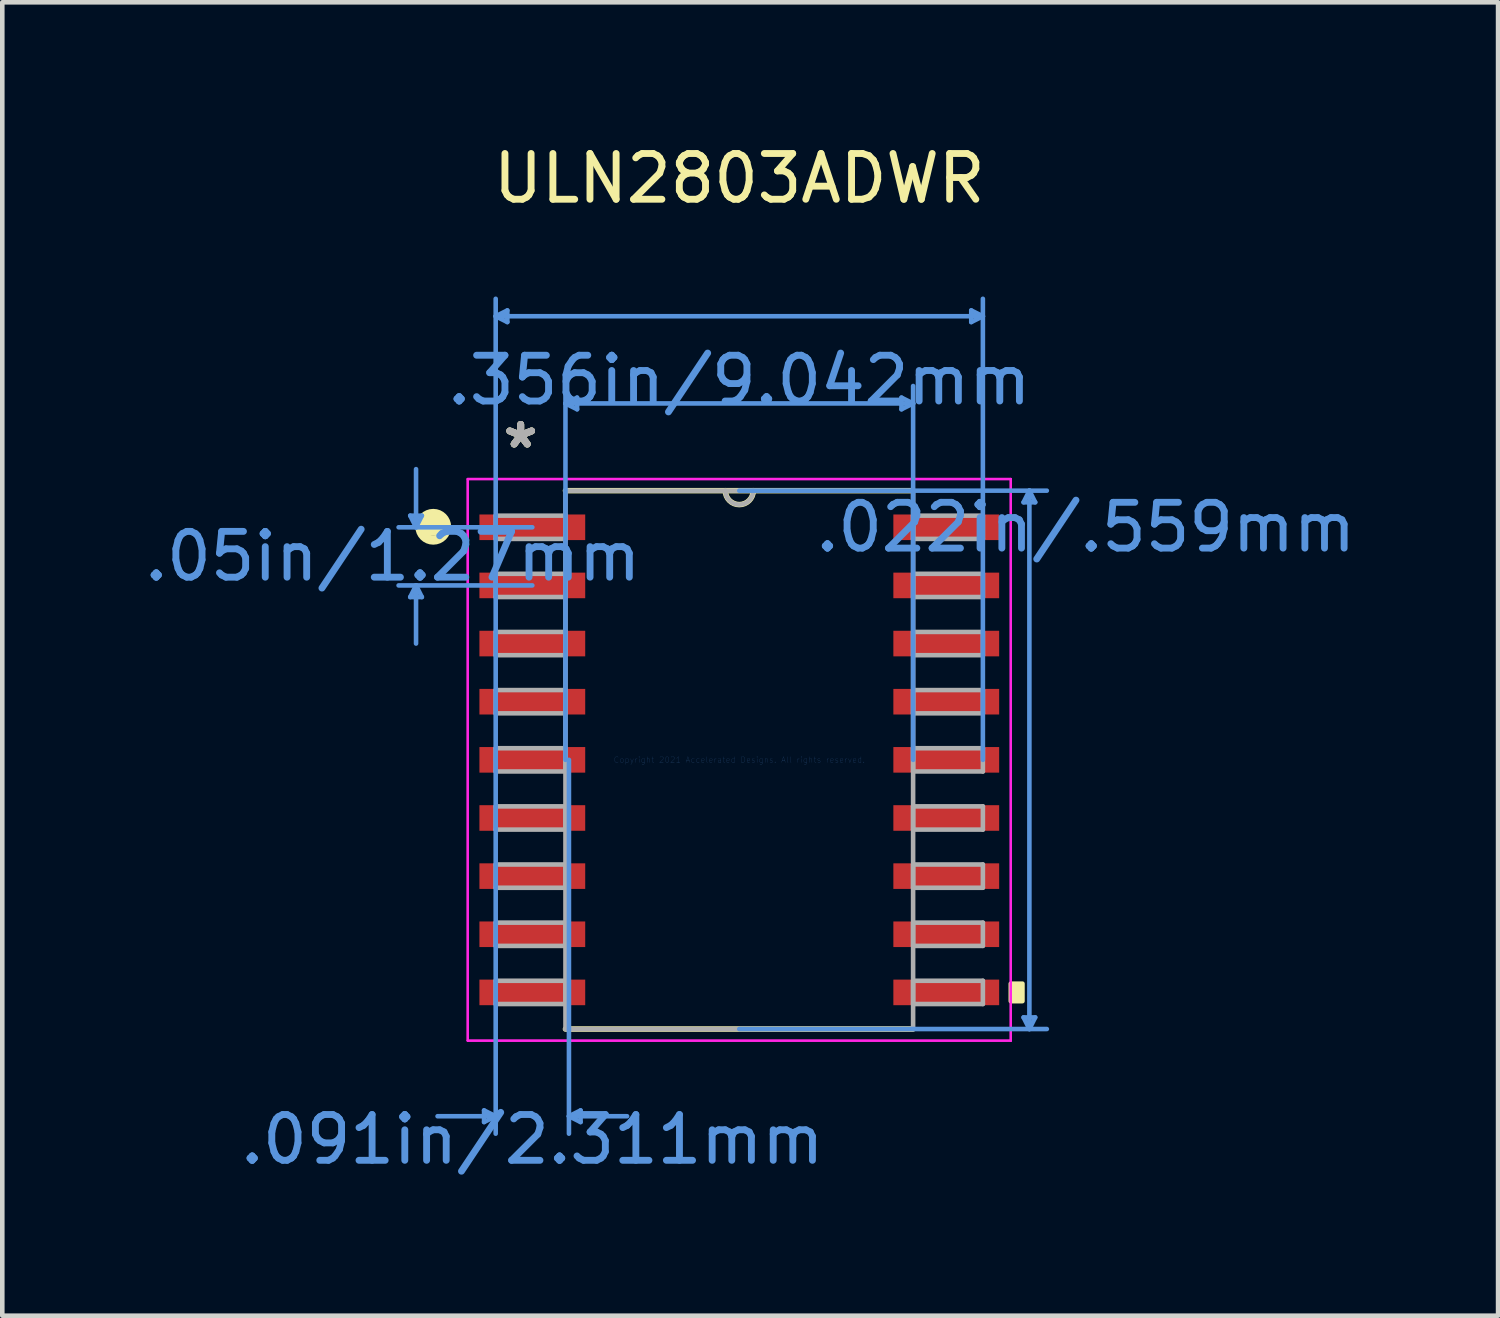
<source format=kicad_pcb>
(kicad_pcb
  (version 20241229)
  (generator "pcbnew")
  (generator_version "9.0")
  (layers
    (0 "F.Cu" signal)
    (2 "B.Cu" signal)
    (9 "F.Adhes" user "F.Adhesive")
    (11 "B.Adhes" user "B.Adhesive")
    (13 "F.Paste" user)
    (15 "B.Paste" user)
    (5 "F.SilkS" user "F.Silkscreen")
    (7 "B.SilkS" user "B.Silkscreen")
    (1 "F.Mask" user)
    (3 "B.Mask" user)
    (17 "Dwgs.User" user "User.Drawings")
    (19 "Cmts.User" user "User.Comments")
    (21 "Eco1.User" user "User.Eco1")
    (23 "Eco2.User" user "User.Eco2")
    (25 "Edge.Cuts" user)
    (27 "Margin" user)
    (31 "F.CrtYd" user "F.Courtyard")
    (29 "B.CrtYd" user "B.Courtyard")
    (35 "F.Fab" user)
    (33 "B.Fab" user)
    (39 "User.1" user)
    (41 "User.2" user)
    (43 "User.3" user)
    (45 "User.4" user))
  (footprint "ULN2803ADWR"
    (layer "F.Cu")
    (at 13.099 13.548)
    (property "Reference" "ULN2803ADWR" (at 0 -12.7 0) (layer "F.SilkS") (effects (font (size 1 1) (thickness 0.15))))
    (attr through_hole)
    (fp_line (start -3.797 5.88) (end 3.797 5.88) (stroke (width 0.12) (type solid)) (layer "F.SilkS"))
    (fp_line (start 3.797 -5.88) (end -3.797 -5.88) (stroke (width 0.12) (type solid)) (layer "F.SilkS"))
    (fp_arc (start 0.3048 -5.8801) (mid 0 -5.5753) (end -0.3048 -5.8801) (stroke (width 0.12) (type solid)) (layer "F.SilkS"))
    (fp_circle (center -6.685 -5.091) (end -6.394 -5.091) (stroke (width 0.2) (type solid)) (fill no) (layer "F.SilkS"))
    (fp_poly (pts (xy -6.947 -5.291) (xy -6.435 -5.291) (xy -6.435 -4.899) (xy -6.947 -4.899)) (stroke (width 0.01) (type solid)) (fill yes) (layer "F.SilkS"))
    (fp_poly (pts (xy 6.185 4.889) (xy 6.185 5.271) (xy 5.931 5.271) (xy 5.931 4.889)) (stroke (width 0.1) (type solid)) (fill yes) (layer "F.SilkS"))
    (fp_line (start -7.188 -5.334) (end -6.934 -5.334) (stroke (width 0.1) (type solid)) (layer "Cmts.User"))
    (fp_line (start -7.188 -3.556) (end -6.934 -3.556) (stroke (width 0.1) (type solid)) (layer "Cmts.User"))
    (fp_line (start -7.061 -5.08) (end -7.188 -5.334) (stroke (width 0.1) (type solid)) (layer "Cmts.User"))
    (fp_line (start -7.061 -5.08) (end -7.061 -6.35) (stroke (width 0.1) (type solid)) (layer "Cmts.User"))
    (fp_line (start -7.061 -5.08) (end -6.934 -5.334) (stroke (width 0.1) (type solid)) (layer "Cmts.User"))
    (fp_line (start -7.061 -3.81) (end -7.188 -3.556) (stroke (width 0.1) (type solid)) (layer "Cmts.User"))
    (fp_line (start -7.061 -3.81) (end -7.061 -2.54) (stroke (width 0.1) (type solid)) (layer "Cmts.User"))
    (fp_line (start -7.061 -3.81) (end -6.934 -3.556) (stroke (width 0.1) (type solid)) (layer "Cmts.User"))
    (fp_line (start -5.575 7.658) (end -5.575 7.912) (stroke (width 0.1) (type solid)) (layer "Cmts.User"))
    (fp_line (start -5.321 -9.69) (end -5.067 -9.817) (stroke (width 0.1) (type solid)) (layer "Cmts.User"))
    (fp_line (start -5.321 -9.69) (end -5.067 -9.563) (stroke (width 0.1) (type solid)) (layer "Cmts.User"))
    (fp_line (start -5.321 -9.69) (end 5.321 -9.69) (stroke (width 0.1) (type solid)) (layer "Cmts.User"))
    (fp_line (start -5.321 0) (end -5.321 -10.071) (stroke (width 0.1) (type solid)) (layer "Cmts.User"))
    (fp_line (start -5.321 0) (end -5.321 8.166) (stroke (width 0.1) (type solid)) (layer "Cmts.User"))
    (fp_line (start -5.321 7.785) (end -6.591 7.785) (stroke (width 0.1) (type solid)) (layer "Cmts.User"))
    (fp_line (start -5.321 7.785) (end -5.575 7.658) (stroke (width 0.1) (type solid)) (layer "Cmts.User"))
    (fp_line (start -5.321 7.785) (end -5.575 7.912) (stroke (width 0.1) (type solid)) (layer "Cmts.User"))
    (fp_line (start -5.067 -9.817) (end -5.067 -9.563) (stroke (width 0.1) (type solid)) (layer "Cmts.User"))
    (fp_line (start -4.521 -5.08) (end -7.442 -5.08) (stroke (width 0.1) (type solid)) (layer "Cmts.User"))
    (fp_line (start -4.521 -3.81) (end -7.442 -3.81) (stroke (width 0.1) (type solid)) (layer "Cmts.User"))
    (fp_line (start -3.797 -7.785) (end -3.543 -7.912) (stroke (width 0.1) (type solid)) (layer "Cmts.User"))
    (fp_line (start -3.797 -7.785) (end -3.543 -7.658) (stroke (width 0.1) (type solid)) (layer "Cmts.User"))
    (fp_line (start -3.797 -7.785) (end 3.797 -7.785) (stroke (width 0.1) (type solid)) (layer "Cmts.User"))
    (fp_line (start -3.797 0) (end -3.797 -8.166) (stroke (width 0.1) (type solid)) (layer "Cmts.User"))
    (fp_line (start -3.721 0) (end -3.721 8.166) (stroke (width 0.1) (type solid)) (layer "Cmts.User"))
    (fp_line (start -3.721 7.785) (end -3.467 7.658) (stroke (width 0.1) (type solid)) (layer "Cmts.User"))
    (fp_line (start -3.721 7.785) (end -3.467 7.912) (stroke (width 0.1) (type solid)) (layer "Cmts.User"))
    (fp_line (start -3.721 7.785) (end -2.451 7.785) (stroke (width 0.1) (type solid)) (layer "Cmts.User"))
    (fp_line (start -3.543 -7.912) (end -3.543 -7.658) (stroke (width 0.1) (type solid)) (layer "Cmts.User"))
    (fp_line (start -3.467 7.658) (end -3.467 7.912) (stroke (width 0.1) (type solid)) (layer "Cmts.User"))
    (fp_line (start 0 -5.88) (end 6.718 -5.88) (stroke (width 0.1) (type solid)) (layer "Cmts.User"))
    (fp_line (start 0 5.88) (end 6.718 5.88) (stroke (width 0.1) (type solid)) (layer "Cmts.User"))
    (fp_line (start 3.543 -7.912) (end 3.543 -7.658) (stroke (width 0.1) (type solid)) (layer "Cmts.User"))
    (fp_line (start 3.797 -7.785) (end 3.543 -7.912) (stroke (width 0.1) (type solid)) (layer "Cmts.User"))
    (fp_line (start 3.797 -7.785) (end 3.543 -7.658) (stroke (width 0.1) (type solid)) (layer "Cmts.User"))
    (fp_line (start 3.797 0) (end 3.797 -8.166) (stroke (width 0.1) (type solid)) (layer "Cmts.User"))
    (fp_line (start 5.067 -9.817) (end 5.067 -9.563) (stroke (width 0.1) (type solid)) (layer "Cmts.User"))
    (fp_line (start 5.321 -9.69) (end 5.067 -9.817) (stroke (width 0.1) (type solid)) (layer "Cmts.User"))
    (fp_line (start 5.321 -9.69) (end 5.067 -9.563) (stroke (width 0.1) (type solid)) (layer "Cmts.User"))
    (fp_line (start 5.321 0) (end 5.321 -10.071) (stroke (width 0.1) (type solid)) (layer "Cmts.User"))
    (fp_line (start 6.21 -5.626) (end 6.464 -5.626) (stroke (width 0.1) (type solid)) (layer "Cmts.User"))
    (fp_line (start 6.21 5.626) (end 6.464 5.626) (stroke (width 0.1) (type solid)) (layer "Cmts.User"))
    (fp_line (start 6.337 -5.88) (end 6.21 -5.626) (stroke (width 0.1) (type solid)) (layer "Cmts.User"))
    (fp_line (start 6.337 -5.88) (end 6.337 5.88) (stroke (width 0.1) (type solid)) (layer "Cmts.User"))
    (fp_line (start 6.337 -5.88) (end 6.464 -5.626) (stroke (width 0.1) (type solid)) (layer "Cmts.User"))
    (fp_line (start 6.337 5.88) (end 6.21 5.626) (stroke (width 0.1) (type solid)) (layer "Cmts.User"))
    (fp_line (start 6.337 5.88) (end 6.464 5.626) (stroke (width 0.1) (type solid)) (layer "Cmts.User"))
    (fp_line (start -5.931 -6.134) (end 5.931 -6.134) (stroke (width 0.05) (type solid)) (layer "F.CrtYd"))
    (fp_line (start -5.931 -6.134) (end 5.931 -6.134) (stroke (width 0.05) (type solid)) (layer "F.CrtYd"))
    (fp_line (start -5.931 6.134) (end -5.931 -6.134) (stroke (width 0.05) (type solid)) (layer "F.CrtYd"))
    (fp_line (start -5.931 6.134) (end -5.931 -6.134) (stroke (width 0.05) (type solid)) (layer "F.CrtYd"))
    (fp_line (start 5.931 -6.134) (end 5.931 6.134) (stroke (width 0.05) (type solid)) (layer "F.CrtYd"))
    (fp_line (start 5.931 -6.134) (end 5.931 6.134) (stroke (width 0.05) (type solid)) (layer "F.CrtYd"))
    (fp_line (start 5.931 6.134) (end -5.931 6.134) (stroke (width 0.05) (type solid)) (layer "F.CrtYd"))
    (fp_line (start 5.931 6.134) (end -5.931 6.134) (stroke (width 0.05) (type solid)) (layer "F.CrtYd"))
    (fp_line (start -5.321 -5.334) (end -5.321 -4.826) (stroke (width 0.1) (type solid)) (layer "F.Fab"))
    (fp_line (start -5.321 -4.826) (end -3.797 -4.826) (stroke (width 0.1) (type solid)) (layer "F.Fab"))
    (fp_line (start -5.321 -4.064) (end -5.321 -3.556) (stroke (width 0.1) (type solid)) (layer "F.Fab"))
    (fp_line (start -5.321 -3.556) (end -3.797 -3.556) (stroke (width 0.1) (type solid)) (layer "F.Fab"))
    (fp_line (start -5.321 -2.794) (end -5.321 -2.286) (stroke (width 0.1) (type solid)) (layer "F.Fab"))
    (fp_line (start -5.321 -2.286) (end -3.797 -2.286) (stroke (width 0.1) (type solid)) (layer "F.Fab"))
    (fp_line (start -5.321 -1.524) (end -5.321 -1.016) (stroke (width 0.1) (type solid)) (layer "F.Fab"))
    (fp_line (start -5.321 -1.016) (end -3.797 -1.016) (stroke (width 0.1) (type solid)) (layer "F.Fab"))
    (fp_line (start -5.321 -0.254) (end -5.321 0.254) (stroke (width 0.1) (type solid)) (layer "F.Fab"))
    (fp_line (start -5.321 0.254) (end -3.797 0.254) (stroke (width 0.1) (type solid)) (layer "F.Fab"))
    (fp_line (start -5.321 1.016) (end -5.321 1.524) (stroke (width 0.1) (type solid)) (layer "F.Fab"))
    (fp_line (start -5.321 1.524) (end -3.797 1.524) (stroke (width 0.1) (type solid)) (layer "F.Fab"))
    (fp_line (start -5.321 2.286) (end -5.321 2.794) (stroke (width 0.1) (type solid)) (layer "F.Fab"))
    (fp_line (start -5.321 2.794) (end -3.797 2.794) (stroke (width 0.1) (type solid)) (layer "F.Fab"))
    (fp_line (start -5.321 3.556) (end -5.321 4.064) (stroke (width 0.1) (type solid)) (layer "F.Fab"))
    (fp_line (start -5.321 4.064) (end -3.797 4.064) (stroke (width 0.1) (type solid)) (layer "F.Fab"))
    (fp_line (start -5.321 4.826) (end -5.321 5.334) (stroke (width 0.1) (type solid)) (layer "F.Fab"))
    (fp_line (start -5.321 5.334) (end -3.797 5.334) (stroke (width 0.1) (type solid)) (layer "F.Fab"))
    (fp_line (start -3.797 -5.88) (end -3.797 5.88) (stroke (width 0.1) (type solid)) (layer "F.Fab"))
    (fp_line (start -3.797 -5.334) (end -5.321 -5.334) (stroke (width 0.1) (type solid)) (layer "F.Fab"))
    (fp_line (start -3.797 -4.826) (end -3.797 -5.334) (stroke (width 0.1) (type solid)) (layer "F.Fab"))
    (fp_line (start -3.797 -4.064) (end -5.321 -4.064) (stroke (width 0.1) (type solid)) (layer "F.Fab"))
    (fp_line (start -3.797 -3.556) (end -3.797 -4.064) (stroke (width 0.1) (type solid)) (layer "F.Fab"))
    (fp_line (start -3.797 -2.794) (end -5.321 -2.794) (stroke (width 0.1) (type solid)) (layer "F.Fab"))
    (fp_line (start -3.797 -2.286) (end -3.797 -2.794) (stroke (width 0.1) (type solid)) (layer "F.Fab"))
    (fp_line (start -3.797 -1.524) (end -5.321 -1.524) (stroke (width 0.1) (type solid)) (layer "F.Fab"))
    (fp_line (start -3.797 -1.016) (end -3.797 -1.524) (stroke (width 0.1) (type solid)) (layer "F.Fab"))
    (fp_line (start -3.797 -0.254) (end -5.321 -0.254) (stroke (width 0.1) (type solid)) (layer "F.Fab"))
    (fp_line (start -3.797 0.254) (end -3.797 -0.254) (stroke (width 0.1) (type solid)) (layer "F.Fab"))
    (fp_line (start -3.797 1.016) (end -5.321 1.016) (stroke (width 0.1) (type solid)) (layer "F.Fab"))
    (fp_line (start -3.797 1.524) (end -3.797 1.016) (stroke (width 0.1) (type solid)) (layer "F.Fab"))
    (fp_line (start -3.797 2.286) (end -5.321 2.286) (stroke (width 0.1) (type solid)) (layer "F.Fab"))
    (fp_line (start -3.797 2.794) (end -3.797 2.286) (stroke (width 0.1) (type solid)) (layer "F.Fab"))
    (fp_line (start -3.797 3.556) (end -5.321 3.556) (stroke (width 0.1) (type solid)) (layer "F.Fab"))
    (fp_line (start -3.797 4.064) (end -3.797 3.556) (stroke (width 0.1) (type solid)) (layer "F.Fab"))
    (fp_line (start -3.797 4.826) (end -5.321 4.826) (stroke (width 0.1) (type solid)) (layer "F.Fab"))
    (fp_line (start -3.797 5.334) (end -3.797 4.826) (stroke (width 0.1) (type solid)) (layer "F.Fab"))
    (fp_line (start -3.797 5.88) (end 3.797 5.88) (stroke (width 0.1) (type solid)) (layer "F.Fab"))
    (fp_line (start 3.797 -5.88) (end -3.797 -5.88) (stroke (width 0.1) (type solid)) (layer "F.Fab"))
    (fp_line (start 3.797 -5.334) (end 3.797 -4.826) (stroke (width 0.1) (type solid)) (layer "F.Fab"))
    (fp_line (start 3.797 -4.826) (end 5.321 -4.826) (stroke (width 0.1) (type solid)) (layer "F.Fab"))
    (fp_line (start 3.797 -4.064) (end 3.797 -3.556) (stroke (width 0.1) (type solid)) (layer "F.Fab"))
    (fp_line (start 3.797 -3.556) (end 5.321 -3.556) (stroke (width 0.1) (type solid)) (layer "F.Fab"))
    (fp_line (start 3.797 -2.794) (end 3.797 -2.286) (stroke (width 0.1) (type solid)) (layer "F.Fab"))
    (fp_line (start 3.797 -2.286) (end 5.321 -2.286) (stroke (width 0.1) (type solid)) (layer "F.Fab"))
    (fp_line (start 3.797 -1.524) (end 3.797 -1.016) (stroke (width 0.1) (type solid)) (layer "F.Fab"))
    (fp_line (start 3.797 -1.016) (end 5.321 -1.016) (stroke (width 0.1) (type solid)) (layer "F.Fab"))
    (fp_line (start 3.797 -0.254) (end 3.797 0.254) (stroke (width 0.1) (type solid)) (layer "F.Fab"))
    (fp_line (start 3.797 0.254) (end 5.321 0.254) (stroke (width 0.1) (type solid)) (layer "F.Fab"))
    (fp_line (start 3.797 1.016) (end 3.797 1.524) (stroke (width 0.1) (type solid)) (layer "F.Fab"))
    (fp_line (start 3.797 1.524) (end 5.321 1.524) (stroke (width 0.1) (type solid)) (layer "F.Fab"))
    (fp_line (start 3.797 2.286) (end 3.797 2.794) (stroke (width 0.1) (type solid)) (layer "F.Fab"))
    (fp_line (start 3.797 2.794) (end 5.321 2.794) (stroke (width 0.1) (type solid)) (layer "F.Fab"))
    (fp_line (start 3.797 3.556) (end 3.797 4.064) (stroke (width 0.1) (type solid)) (layer "F.Fab"))
    (fp_line (start 3.797 4.064) (end 5.321 4.064) (stroke (width 0.1) (type solid)) (layer "F.Fab"))
    (fp_line (start 3.797 4.826) (end 3.797 5.334) (stroke (width 0.1) (type solid)) (layer "F.Fab"))
    (fp_line (start 3.797 5.334) (end 5.321 5.334) (stroke (width 0.1) (type solid)) (layer "F.Fab"))
    (fp_line (start 3.797 5.88) (end 3.797 -5.88) (stroke (width 0.1) (type solid)) (layer "F.Fab"))
    (fp_line (start 5.321 -5.334) (end 3.797 -5.334) (stroke (width 0.1) (type solid)) (layer "F.Fab"))
    (fp_line (start 5.321 -4.826) (end 5.321 -5.334) (stroke (width 0.1) (type solid)) (layer "F.Fab"))
    (fp_line (start 5.321 -4.064) (end 3.797 -4.064) (stroke (width 0.1) (type solid)) (layer "F.Fab"))
    (fp_line (start 5.321 -3.556) (end 5.321 -4.064) (stroke (width 0.1) (type solid)) (layer "F.Fab"))
    (fp_line (start 5.321 -2.794) (end 3.797 -2.794) (stroke (width 0.1) (type solid)) (layer "F.Fab"))
    (fp_line (start 5.321 -2.286) (end 5.321 -2.794) (stroke (width 0.1) (type solid)) (layer "F.Fab"))
    (fp_line (start 5.321 -1.524) (end 3.797 -1.524) (stroke (width 0.1) (type solid)) (layer "F.Fab"))
    (fp_line (start 5.321 -1.016) (end 5.321 -1.524) (stroke (width 0.1) (type solid)) (layer "F.Fab"))
    (fp_line (start 5.321 -0.254) (end 3.797 -0.254) (stroke (width 0.1) (type solid)) (layer "F.Fab"))
    (fp_line (start 5.321 0.254) (end 5.321 -0.254) (stroke (width 0.1) (type solid)) (layer "F.Fab"))
    (fp_line (start 5.321 1.016) (end 3.797 1.016) (stroke (width 0.1) (type solid)) (layer "F.Fab"))
    (fp_line (start 5.321 1.524) (end 5.321 1.016) (stroke (width 0.1) (type solid)) (layer "F.Fab"))
    (fp_line (start 5.321 2.286) (end 3.797 2.286) (stroke (width 0.1) (type solid)) (layer "F.Fab"))
    (fp_line (start 5.321 2.794) (end 5.321 2.286) (stroke (width 0.1) (type solid)) (layer "F.Fab"))
    (fp_line (start 5.321 3.556) (end 3.797 3.556) (stroke (width 0.1) (type solid)) (layer "F.Fab"))
    (fp_line (start 5.321 4.064) (end 5.321 3.556) (stroke (width 0.1) (type solid)) (layer "F.Fab"))
    (fp_line (start 5.321 4.826) (end 3.797 4.826) (stroke (width 0.1) (type solid)) (layer "F.Fab"))
    (fp_line (start 5.321 5.334) (end 5.321 4.826) (stroke (width 0.1) (type solid)) (layer "F.Fab"))
    (fp_arc (start 0.3048 -5.8801) (mid 0 -5.5753) (end -0.3048 -5.8801) (stroke (width 0.1) (type solid)) (layer "F.Fab"))
    (fp_text user "*" (at -4.775 -6.782 0) (layer "F.SilkS") (effects (font (size 1 1) (thickness 0.15))))
    (fp_text user "*" (at -4.775 -6.782 0) (layer "F.SilkS") (effects (font (size 1 1) (thickness 0.15))))
    (fp_text user ".091in/2.311mm" (at -4.521 8.293 0) (layer "Cmts.User") (effects (font (size 1 1) (thickness 0.15))))
    (fp_text user ".05in/1.27mm" (at -7.569 -4.445 0) (layer "Cmts.User") (effects (font (size 1 1) (thickness 0.15))))
    (fp_text user ".356in/9.042mm" (at 0 -8.293 0) (layer "Cmts.User") (effects (font (size 1 1) (thickness 0.15))))
    (fp_text user "Copyright 2021 Accelerated Designs. All rights reserved." (at 0 0 0) (layer "Cmts.User") (effects (font (size 0.127 0.127) (thickness 0.002))))
    (fp_text user ".022in/.559mm" (at 7.569 -5.08 0) (layer "Cmts.User") (effects (font (size 1 1) (thickness 0.15))))
    (fp_text user "*" (at -4.775 -6.782 0) (layer "F.Fab") (effects (font (size 1 1) (thickness 0.15))))
    (fp_text user "*" (at -4.775 -6.782 0) (layer "F.Fab") (effects (font (size 1 1) (thickness 0.15))))
    (pad "1" smd rect (at -4.521 -5.08) (size 2.311 0.559) (layers "F.Cu" "F.Mask" "F.Paste"))
    (pad "2" smd rect (at -4.521 -3.81) (size 2.311 0.559) (layers "F.Cu" "F.Mask" "F.Paste"))
    (pad "3" smd rect (at -4.521 -2.54) (size 2.311 0.559) (layers "F.Cu" "F.Mask" "F.Paste"))
    (pad "4" smd rect (at -4.521 -1.27) (size 2.311 0.559) (layers "F.Cu" "F.Mask" "F.Paste"))
    (pad "5" smd rect (at -4.521 0) (size 2.311 0.559) (layers "F.Cu" "F.Mask" "F.Paste"))
    (pad "6" smd rect (at -4.521 1.27) (size 2.311 0.559) (layers "F.Cu" "F.Mask" "F.Paste"))
    (pad "7" smd rect (at -4.521 2.54) (size 2.311 0.559) (layers "F.Cu" "F.Mask" "F.Paste"))
    (pad "8" smd rect (at -4.521 3.81) (size 2.311 0.559) (layers "F.Cu" "F.Mask" "F.Paste"))
    (pad "9" smd rect (at -4.521 5.08) (size 2.311 0.559) (layers "F.Cu" "F.Mask" "F.Paste"))
    (pad "10" smd rect (at 4.521 5.08) (size 2.311 0.559) (layers "F.Cu" "F.Mask" "F.Paste"))
    (pad "11" smd rect (at 4.521 3.81) (size 2.311 0.559) (layers "F.Cu" "F.Mask" "F.Paste"))
    (pad "12" smd rect (at 4.521 2.54) (size 2.311 0.559) (layers "F.Cu" "F.Mask" "F.Paste"))
    (pad "13" smd rect (at 4.521 1.27) (size 2.311 0.559) (layers "F.Cu" "F.Mask" "F.Paste"))
    (pad "14" smd rect (at 4.521 0) (size 2.311 0.559) (layers "F.Cu" "F.Mask" "F.Paste"))
    (pad "15" smd rect (at 4.521 -1.27) (size 2.311 0.559) (layers "F.Cu" "F.Mask" "F.Paste"))
    (pad "16" smd rect (at 4.521 -2.54) (size 2.311 0.559) (layers "F.Cu" "F.Mask" "F.Paste"))
    (pad "17" smd rect (at 4.521 -3.81) (size 2.311 0.559) (layers "F.Cu" "F.Mask" "F.Paste"))
    (pad "18" smd rect (at 4.521 -5.08) (size 2.311 0.559) (layers "F.Cu" "F.Mask" "F.Paste")))
  (gr_rect
    (start -3 -3)
    (end 29.674 25.69)
    (stroke (width 0.1) (type default))
    (fill no)
    (layer "Edge.Cuts")))
</source>
